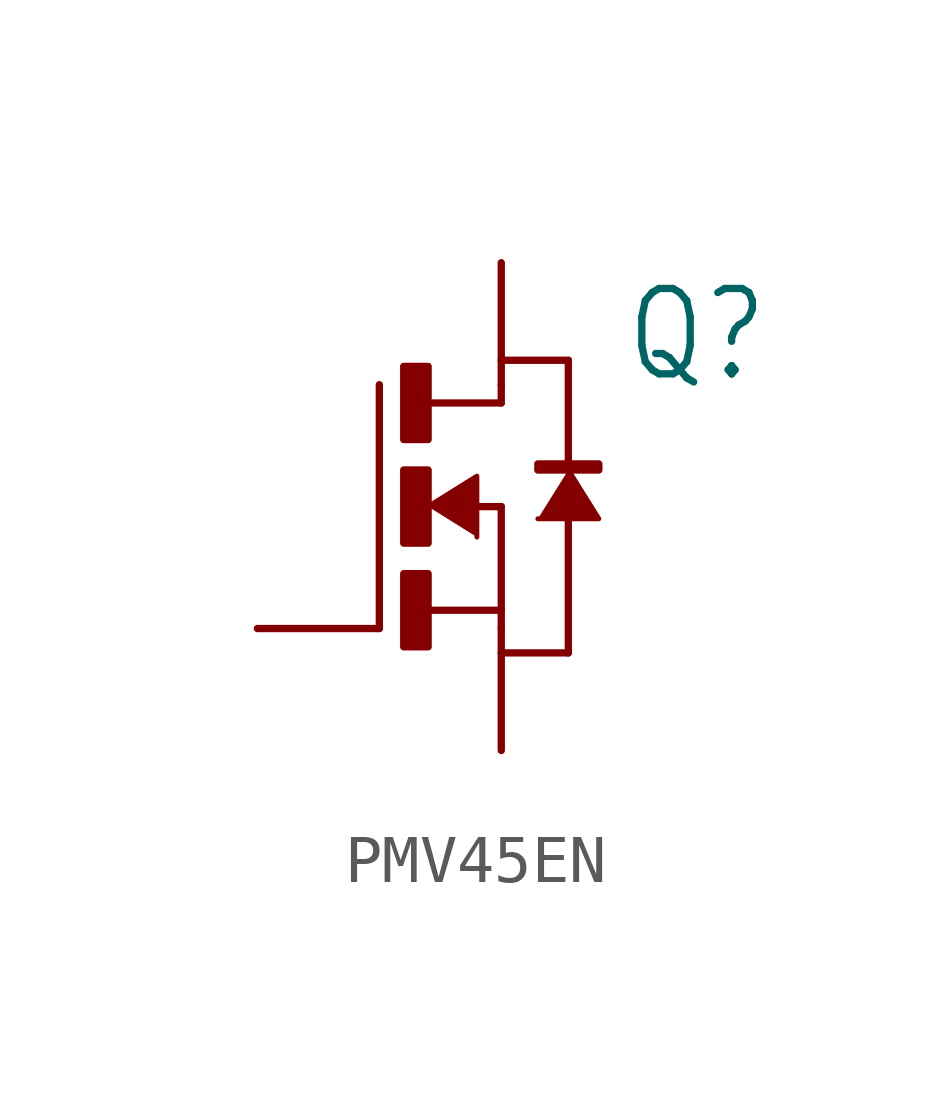
<source format=kicad_sym>
(kicad_symbol_lib
  (version 20220914)
  (generator kicad_symbol_editor)
  (symbol "PMV45EN"
    (property "Reference" "Q"
      (at 2.54 2.54 0)
      (effects (font (size 1.778 1.511)) (justify left bottom)))
    (property "Value" ""
      (at 2.54 0 0)
      (effects (font (size 1.778 1.511)) (justify left bottom)))
    (property "ki_locked" ""
      (at 0 0 0)
      (effects (font (size 1.27 1.27))))
    (symbol "PMV45EN_1_0"
      (rectangle (start -2.032 -2.921) (end -1.524 -1.397) (stroke (width 0) (type default)) (fill (type outline)))
      (rectangle (start -2.032 -0.762) (end -1.524 0.762) (stroke (width 0) (type default)) (fill (type outline)))
      (rectangle (start -2.032 1.397) (end -1.524 2.921) (stroke (width 0) (type default)) (fill (type outline)))
      (polyline (pts (xy -2.54 -2.54) (xy -2.54 2.54)) (stroke (width 0.152) (type solid)) (fill (type none)))
      (polyline (pts (xy -1.524 -2.159) (xy 0 -2.159)) (stroke (width 0.152) (type solid)) (fill (type none)))
      (polyline (pts (xy -1.524 2.159) (xy 0 2.159)) (stroke (width 0.152) (type solid)) (fill (type none)))
      (polyline (pts (xy -0.508 0) (xy 0 0)) (stroke (width 0.152) (type solid)) (fill (type none)))
      (polyline (pts (xy 0 -2.159) (xy 0 -2.54)) (stroke (width 0.152) (type solid)) (fill (type none)))
      (polyline (pts (xy 0 0) (xy 0 -2.159)) (stroke (width 0.152) (type solid)) (fill (type none)))
      (polyline (pts (xy 0 2.159) (xy 0 2.54)) (stroke (width 0.152) (type solid)) (fill (type none)))
      (polyline (pts (xy 0 3.048) (xy 1.397 3.048)) (stroke (width 0.152) (type solid)) (fill (type none)))
      (polyline (pts (xy 1.397 -3.048) (xy 0 -3.048)) (stroke (width 0.152) (type solid)) (fill (type none)))
      (polyline (pts (xy 1.397 -0.254) (xy 1.397 -3.048)) (stroke (width 0.152) (type solid)) (fill (type none)))
      (polyline (pts (xy 1.397 3.048) (xy 1.397 0.762)) (stroke (width 0.152) (type solid)) (fill (type none)))
      (polyline (pts (xy -1.524 0) (xy -0.508 0.635) (xy -0.508 -0.635)) (stroke (width 0.102) (type solid)) (fill (type outline)))
      (polyline (pts (xy 1.397 0.762) (xy 2.032 -0.254) (xy 0.762 -0.254)) (stroke (width 0.102) (type solid)) (fill (type outline)))
      (rectangle (start 0.762 0.762) (end 2.032 0.889) (stroke (width 0) (type default)) (fill (type outline)))
      (pin passive line (at -5.08 -2.54 0) (length 2.54) (name "G" (effects (font (size 0 0)))) (number "1" (effects (font (size 0 0)))))
      (pin passive line (at 0 -5.08 90) (length 2.54) (name "S" (effects (font (size 0 0)))) (number "2" (effects (font (size 0 0)))))
      (pin passive line (at 0 5.08 270) (length 2.54) (name "D" (effects (font (size 0 0)))) (number "3" (effects (font (size 0 0))))))))
</source>
